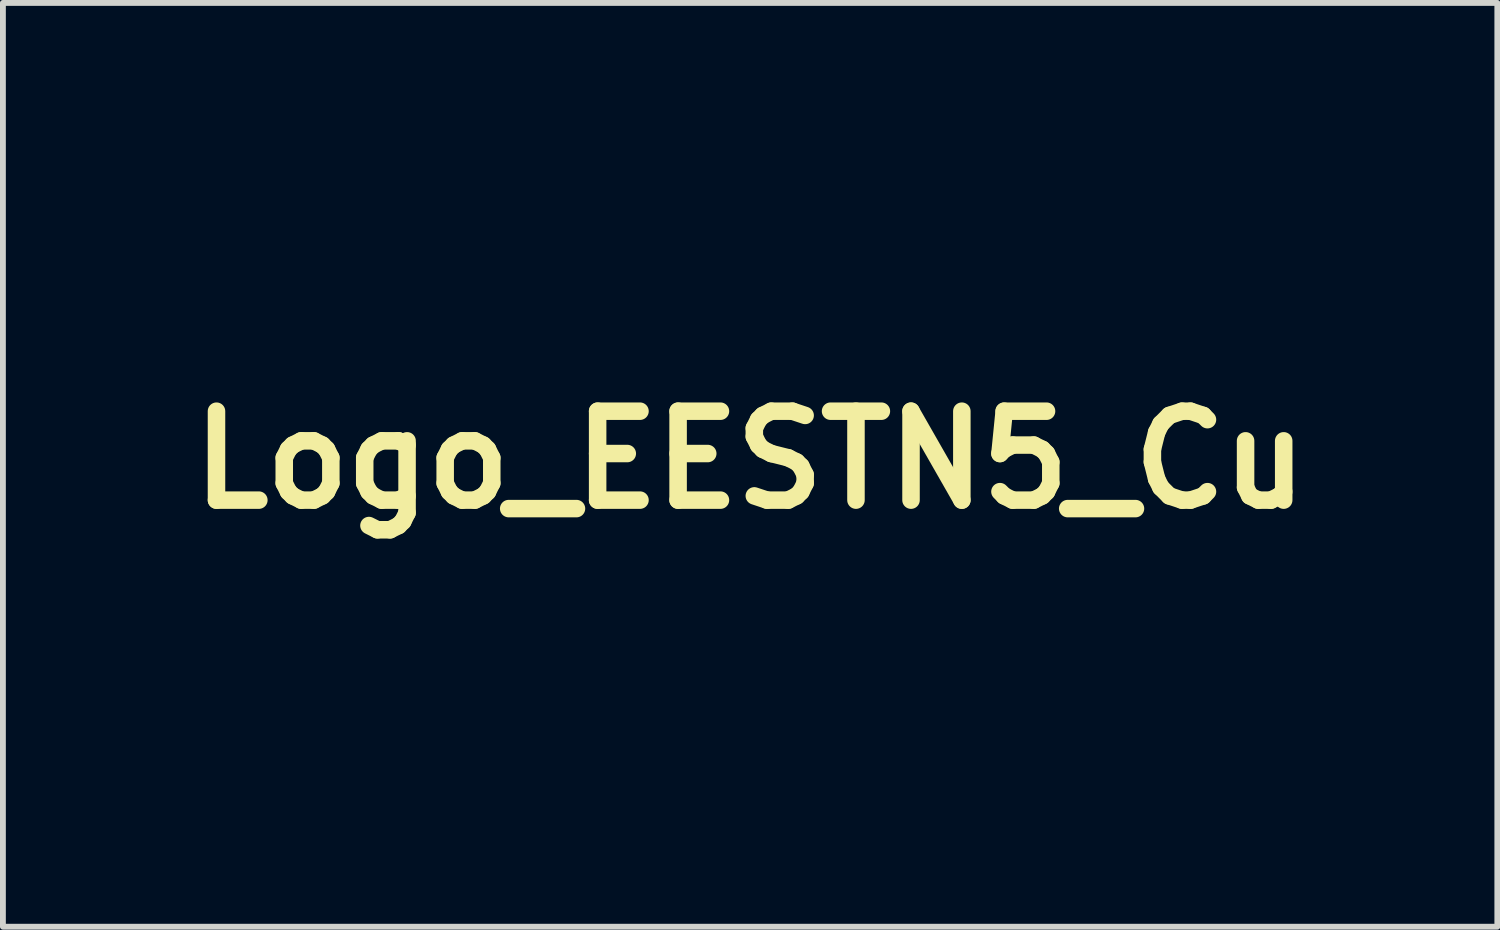
<source format=kicad_pcb>
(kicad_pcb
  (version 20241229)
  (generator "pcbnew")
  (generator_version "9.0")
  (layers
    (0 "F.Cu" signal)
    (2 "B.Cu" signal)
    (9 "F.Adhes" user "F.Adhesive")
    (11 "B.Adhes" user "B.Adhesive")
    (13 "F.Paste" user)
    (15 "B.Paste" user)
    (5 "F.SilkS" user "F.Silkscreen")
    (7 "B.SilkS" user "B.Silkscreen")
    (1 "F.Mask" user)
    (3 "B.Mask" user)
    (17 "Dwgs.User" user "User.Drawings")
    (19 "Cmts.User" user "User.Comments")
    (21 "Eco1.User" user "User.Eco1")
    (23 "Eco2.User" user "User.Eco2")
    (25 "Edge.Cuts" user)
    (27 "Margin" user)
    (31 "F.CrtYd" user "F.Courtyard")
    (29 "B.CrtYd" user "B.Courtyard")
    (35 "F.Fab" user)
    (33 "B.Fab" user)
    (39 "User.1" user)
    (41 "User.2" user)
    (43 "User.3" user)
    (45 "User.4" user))
  (footprint "Logo_EESTN5_Cu"
    (layer "F.Cu")
    (at 9.804 4.831)
    (property "Reference" "Logo_EESTN5_Cu" (at 0 0 0) (layer "F.SilkS") (effects (font (size 1.524 1.524) (thickness 0.3))))
    (attr through_hole)
    (fp_poly (pts (xy -1.258 -2.272) (xy -1.128 -2.225) (xy -1.101 -2.159) (xy -1.165 -2.065) (xy -1.37 -2.032) (xy -1.397 -2.032) (xy -1.616 -2.004) (xy -1.693 -1.917) (xy -1.693 -1.905) (xy -1.618 -1.804) (xy -1.439 -1.778) (xy -1.238 -1.74) (xy -1.185 -1.651) (xy -1.261 -1.55) (xy -1.439 -1.524) (xy -1.621 -1.501) (xy -1.687 -1.404) (xy -1.693 -1.312) (xy -1.671 -1.169) (xy -1.572 -1.111) (xy -1.397 -1.101) (xy -1.178 -1.073) (xy -1.101 -0.985) (xy -1.101 -0.974) (xy -1.146 -0.894) (xy -1.303 -0.855) (xy -1.524 -0.847) (xy -1.947 -0.847) (xy -1.947 -2.286) (xy -1.524 -2.286) (xy -1.258 -2.272)) (stroke (width 0.01) (type solid)) (fill yes) (layer "F.Mask"))
    (fp_poly (pts (xy 1.706 -2.272) (xy 1.836 -2.225) (xy 1.863 -2.159) (xy 1.798 -2.065) (xy 1.593 -2.032) (xy 1.566 -2.032) (xy 1.347 -2.004) (xy 1.271 -1.917) (xy 1.27 -1.905) (xy 1.346 -1.804) (xy 1.524 -1.778) (xy 1.726 -1.74) (xy 1.778 -1.651) (xy 1.702 -1.55) (xy 1.524 -1.524) (xy 1.342 -1.501) (xy 1.276 -1.404) (xy 1.27 -1.312) (xy 1.292 -1.169) (xy 1.392 -1.111) (xy 1.566 -1.101) (xy 1.786 -1.073) (xy 1.862 -0.985) (xy 1.863 -0.974) (xy 1.817 -0.894) (xy 1.66 -0.855) (xy 1.439 -0.847) (xy 1.016 -0.847) (xy 1.016 -2.286) (xy 1.439 -2.286) (xy 1.706 -2.272)) (stroke (width 0.01) (type solid)) (fill yes) (layer "F.Mask"))
    (fp_poly (pts (xy 1.79 1.024) (xy 1.962 1.055) (xy 2.028 1.114) (xy 2.032 1.143) (xy 1.958 1.245) (xy 1.82 1.27) (xy 1.71 1.279) (xy 1.646 1.329) (xy 1.617 1.459) (xy 1.609 1.705) (xy 1.609 1.863) (xy 1.601 2.185) (xy 1.574 2.369) (xy 1.521 2.447) (xy 1.482 2.455) (xy 1.413 2.42) (xy 1.373 2.295) (xy 1.357 2.048) (xy 1.355 1.863) (xy 1.352 1.553) (xy 1.333 1.376) (xy 1.287 1.294) (xy 1.199 1.271) (xy 1.143 1.27) (xy 0.973 1.226) (xy 0.931 1.143) (xy 0.968 1.072) (xy 1.099 1.032) (xy 1.357 1.017) (xy 1.482 1.016) (xy 1.79 1.024)) (stroke (width 0.01) (type solid)) (fill yes) (layer "F.Mask"))
    (fp_poly (pts (xy -1.224 0.994) (xy -1.119 1.107) (xy -1.117 1.117) (xy -1.125 1.208) (xy -1.223 1.232) (xy -1.403 1.21) (xy -1.608 1.19) (xy -1.682 1.225) (xy -1.677 1.278) (xy -1.575 1.409) (xy -1.463 1.485) (xy -1.163 1.682) (xy -1.027 1.887) (xy -1.058 2.094) (xy -1.171 2.231) (xy -1.349 2.323) (xy -1.584 2.369) (xy -1.797 2.359) (xy -1.891 2.314) (xy -1.956 2.184) (xy -1.87 2.095) (xy -1.651 2.064) (xy -1.63 2.065) (xy -1.396 2.042) (xy -1.318 1.965) (xy -1.396 1.847) (xy -1.609 1.714) (xy -1.845 1.537) (xy -1.932 1.331) (xy -1.863 1.121) (xy -1.814 1.064) (xy -1.637 0.968) (xy -1.418 0.946) (xy -1.224 0.994)) (stroke (width 0.01) (type solid)) (fill yes) (layer "F.Mask"))
    (fp_poly (pts (xy 0.539 -4.152) (xy 0.614 -3.819) (xy 0.676 -3.615) (xy 0.746 -3.505) (xy 0.847 -3.451) (xy 0.97 -3.424) (xy 1.145 -3.406) (xy 1.284 -3.45) (xy 1.439 -3.581) (xy 1.58 -3.734) (xy 1.859 -4.043) (xy 2.049 -4.244) (xy 2.171 -4.355) (xy 2.245 -4.397) (xy 2.265 -4.399) (xy 2.375 -4.357) (xy 2.561 -4.26) (xy 2.765 -4.142) (xy 2.928 -4.035) (xy 2.992 -3.977) (xy 2.969 -3.883) (xy 2.896 -3.674) (xy 2.787 -3.39) (xy 2.758 -3.317) (xy 2.51 -2.702) (xy 2.696 -2.516) (xy 2.881 -2.33) (xy 3.536 -2.567) (xy 4.191 -2.803) (xy 4.465 -2.481) (xy 4.623 -2.287) (xy 4.722 -2.148) (xy 4.74 -2.111) (xy 4.682 -2.036) (xy 4.524 -1.88) (xy 4.298 -1.671) (xy 4.202 -1.586) (xy 3.931 -1.337) (xy 3.773 -1.16) (xy 3.704 -1.024) (xy 3.702 -0.9) (xy 3.742 -0.78) (xy 3.827 -0.697) (xy 3.992 -0.637) (xy 4.27 -0.585) (xy 4.53 -0.549) (xy 4.877 -0.5) (xy 5.089 -0.449) (xy 5.2 -0.37) (xy 5.243 -0.237) (xy 5.249 -0.026) (xy 5.249 -0.001) (xy 5.249 0.409) (xy 4.822 0.501) (xy 4.531 0.555) (xy 4.279 0.588) (xy 4.193 0.593) (xy 3.992 0.645) (xy 3.814 0.768) (xy 3.727 0.913) (xy 3.725 0.93) (xy 3.698 1.069) (xy 3.681 1.118) (xy 3.724 1.23) (xy 3.901 1.411) (xy 4.189 1.64) (xy 4.445 1.833) (xy 4.638 1.987) (xy 4.736 2.077) (xy 4.741 2.087) (xy 4.702 2.178) (xy 4.602 2.364) (xy 4.527 2.495) (xy 4.312 2.862) (xy 3.642 2.642) (xy 3.312 2.536) (xy 3.102 2.481) (xy 2.971 2.474) (xy 2.879 2.512) (xy 2.798 2.579) (xy 2.684 2.698) (xy 2.639 2.82) (xy 2.663 2.987) (xy 2.758 3.242) (xy 2.836 3.421) (xy 2.948 3.684) (xy 3.025 3.885) (xy 3.048 3.97) (xy 2.983 4.054) (xy 2.818 4.189) (xy 2.699 4.273) (xy 2.349 4.504) (xy 1.827 3.986) (xy 1.571 3.737) (xy 1.398 3.591) (xy 1.272 3.526) (xy 1.159 3.525) (xy 1.053 3.556) (xy 0.925 3.614) (xy 0.835 3.706) (xy 0.763 3.871) (xy 0.69 4.147) (xy 0.65 4.319) (xy 0.498 4.995) (xy -0.411 4.995) (xy -0.507 4.508) (xy -0.591 4.108) (xy -0.664 3.844) (xy -0.741 3.683) (xy -0.838 3.593) (xy -0.964 3.545) (xy -1.109 3.537) (xy -1.265 3.603) (xy -1.452 3.761) (xy -1.693 4.027) (xy -1.951 4.346) (xy -2.119 4.559) (xy -2.52 4.339) (xy -2.746 4.215) (xy -2.9 4.13) (xy -2.941 4.107) (xy -2.926 4.027) (xy -2.867 3.825) (xy -2.775 3.54) (xy -2.74 3.436) (xy -2.633 3.11) (xy -2.578 2.905) (xy -2.571 2.779) (xy -2.611 2.692) (xy -2.68 2.616) (xy -2.766 2.539) (xy -2.855 2.506) (xy -2.989 2.518) (xy -3.206 2.579) (xy -3.511 2.68) (xy -4.181 2.905) (xy -4.419 2.62) (xy -4.565 2.426) (xy -4.649 2.279) (xy -4.657 2.247) (xy -4.599 2.153) (xy -4.442 1.981) (xy -4.217 1.763) (xy -4.142 1.693) (xy -3.884 1.453) (xy -3.736 1.286) (xy -3.673 1.159) (xy -3.675 1.038) (xy -3.682 1.005) (xy -3.722 0.896) (xy -3.799 0.82) (xy -3.947 0.763) (xy -4.203 0.71) (xy -4.473 0.666) (xy -5.207 0.55) (xy -5.214 0.423) (xy -3.305 0.423) (xy -3.25 0.656) (xy -3.013 1.323) (xy -2.645 1.919) (xy -2.167 2.42) (xy -1.603 2.801) (xy -1.133 2.994) (xy -0.815 3.09) (xy -0.596 3.136) (xy -0.457 3.109) (xy -0.38 2.99) (xy -0.346 2.758) (xy -0.339 2.39) (xy -0.339 2.108) (xy 0.423 2.108) (xy 0.423 3.199) (xy 0.768 3.122) (xy 1.032 3.04) (xy 1.362 2.909) (xy 1.617 2.79) (xy 1.944 2.604) (xy 2.263 2.389) (xy 2.445 2.243) (xy 2.707 1.947) (xy 2.967 1.557) (xy 3.187 1.138) (xy 3.328 0.756) (xy 3.342 0.699) (xy 3.4 0.423) (xy 1.248 0.423) (xy 0.92 0.72) (xy 0.719 0.888) (xy 0.562 0.995) (xy 0.508 1.016) (xy 0.472 1.098) (xy 0.445 1.33) (xy 0.428 1.695) (xy 0.423 2.108) (xy -0.339 2.108) (xy -0.339 2.074) (xy -0.342 1.62) (xy -0.355 1.311) (xy -0.378 1.124) (xy -0.417 1.034) (xy -0.457 1.016) (xy -0.58 0.957) (xy -0.754 0.806) (xy -0.835 0.72) (xy -0.98 0.555) (xy -0.423 0.555) (xy -0.353 0.684) (xy -0.177 0.747) (xy 0.052 0.739) (xy 0.282 0.654) (xy 0.325 0.627) (xy 0.468 0.466) (xy 0.493 0.235) (xy 0.492 0.225) (xy 0.44 0.025) (xy 0.301 -0.085) (xy 0.191 -0.123) (xy -0.015 -0.219) (xy -0.079 -0.322) (xy 0.001 -0.4) (xy 0.169 -0.423) (xy 0.371 -0.461) (xy 0.423 -0.55) (xy 0.373 -0.634) (xy 0.204 -0.672) (xy 0.042 -0.677) (xy -0.339 -0.677) (xy -0.339 -0.302) (xy -0.331 -0.069) (xy -0.283 0.045) (xy -0.163 0.089) (xy -0.064 0.1) (xy 0.136 0.147) (xy 0.209 0.252) (xy 0.212 0.296) (xy 0.183 0.409) (xy 0.067 0.453) (xy -0.106 0.456) (xy -0.339 0.476) (xy -0.423 0.551) (xy -0.423 0.555) (xy -0.98 0.555) (xy -1.095 0.423) (xy -3.305 0.423) (xy -5.214 0.423) (xy -5.232 0.122) (xy -5.257 -0.306) (xy -4.682 -0.416) (xy -4.276 -0.494) (xy -4.007 -0.553) (xy -3.845 -0.604) (xy -3.794 -0.638) (xy -3.217 -0.638) (xy -3.217 -0.339) (xy -1.129 -0.339) (xy -0.776 -0.664) (xy -0.423 -0.99) (xy -0.423 -2.002) (xy 0.423 -2.002) (xy 0.423 -0.945) (xy 0.72 -0.762) (xy 0.905 -0.63) (xy 1.008 -0.521) (xy 1.016 -0.499) (xy 1.097 -0.468) (xy 1.324 -0.447) (xy 1.675 -0.438) (xy 2.128 -0.442) (xy 2.138 -0.442) (xy 3.26 -0.466) (xy 3.233 -0.712) (xy 3.113 -1.139) (xy 2.86 -1.581) (xy 2.505 -2.007) (xy 2.08 -2.387) (xy 1.614 -2.69) (xy 1.139 -2.886) (xy 1.013 -2.917) (xy 0.769 -2.969) (xy 0.578 -3.016) (xy 0.572 -3.018) (xy 0.51 -3.022) (xy 0.468 -2.976) (xy 0.442 -2.853) (xy 0.429 -2.629) (xy 0.424 -2.276) (xy 0.423 -2.002) (xy -0.423 -2.002) (xy -0.423 -2.963) (xy -0.632 -2.963) (xy -0.962 -2.908) (xy -1.366 -2.759) (xy -1.794 -2.537) (xy -2.197 -2.266) (xy -2.292 -2.19) (xy -2.698 -1.787) (xy -3 -1.355) (xy -3.178 -0.925) (xy -3.217 -0.638) (xy -3.794 -0.638) (xy -3.76 -0.66) (xy -3.721 -0.733) (xy -3.703 -0.811) (xy -3.707 -0.942) (xy -3.786 -1.081) (xy -3.966 -1.263) (xy -4.139 -1.412) (xy -4.382 -1.614) (xy -4.575 -1.776) (xy -4.681 -1.865) (xy -4.685 -1.868) (xy -4.691 -1.971) (xy -4.628 -2.166) (xy -4.573 -2.284) (xy -4.452 -2.5) (xy -4.345 -2.598) (xy -4.195 -2.615) (xy -4.079 -2.604) (xy -3.807 -2.548) (xy -3.487 -2.452) (xy -3.365 -2.407) (xy -2.963 -2.249) (xy -2.586 -2.625) (xy -2.785 -3.208) (xy -2.878 -3.507) (xy -2.938 -3.748) (xy -2.953 -3.883) (xy -2.951 -3.888) (xy -2.865 -3.985) (xy -2.681 -4.123) (xy -2.571 -4.192) (xy -2.224 -4.399) (xy -1.776 -3.885) (xy -1.546 -3.628) (xy -1.386 -3.479) (xy -1.26 -3.415) (xy -1.132 -3.412) (xy -1.071 -3.422) (xy -0.909 -3.464) (xy -0.8 -3.533) (xy -0.723 -3.666) (xy -0.659 -3.898) (xy -0.592 -4.239) (xy -0.481 -4.826) (xy 0.394 -4.826) (xy 0.539 -4.152)) (stroke (width 0.01) (type solid)) (fill yes) (layer "F.Mask")))
  (gr_rect
    (start -3 -3)
    (end 22.609 12.831)
    (stroke (width 0.1) (type default))
    (fill no)
    (layer "Edge.Cuts")))
</source>
